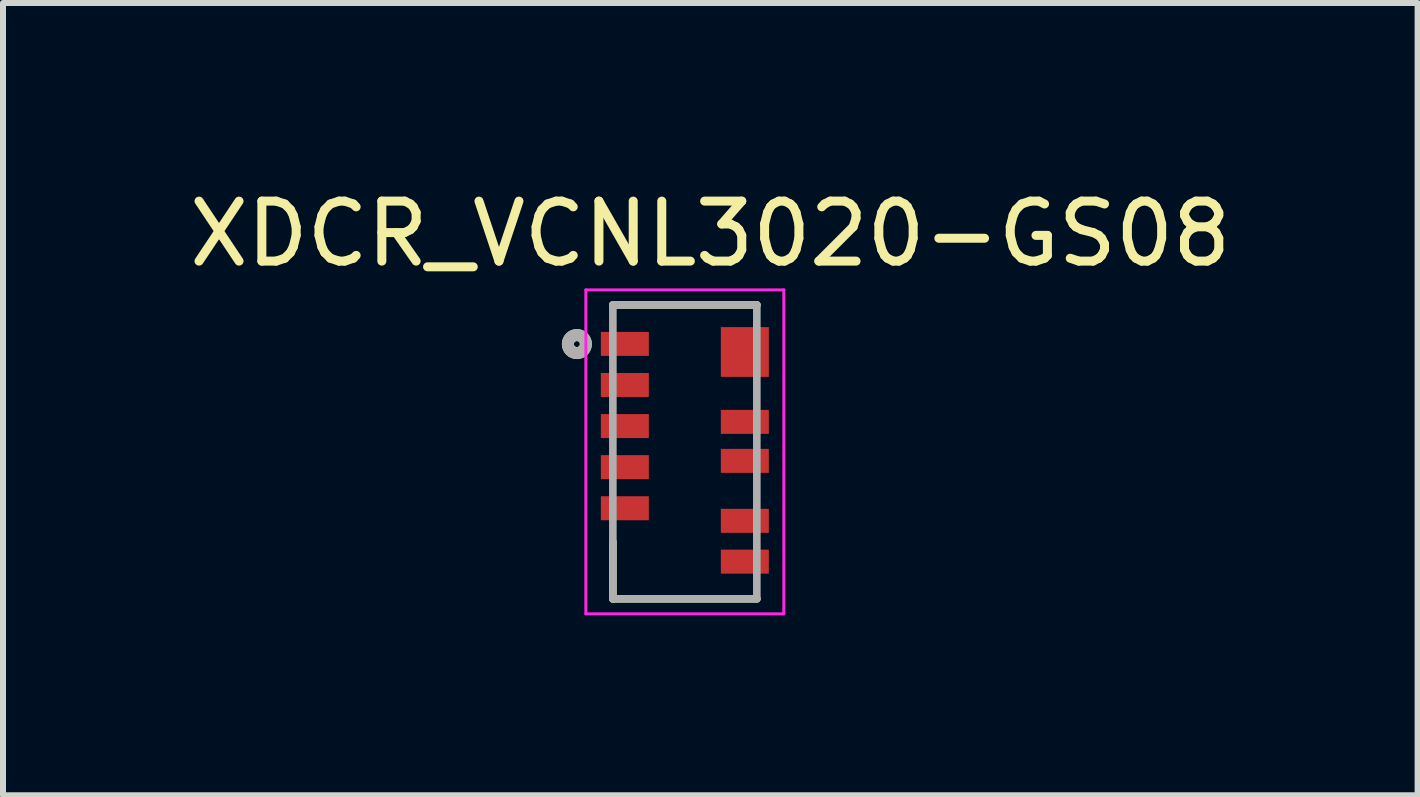
<source format=kicad_pcb>
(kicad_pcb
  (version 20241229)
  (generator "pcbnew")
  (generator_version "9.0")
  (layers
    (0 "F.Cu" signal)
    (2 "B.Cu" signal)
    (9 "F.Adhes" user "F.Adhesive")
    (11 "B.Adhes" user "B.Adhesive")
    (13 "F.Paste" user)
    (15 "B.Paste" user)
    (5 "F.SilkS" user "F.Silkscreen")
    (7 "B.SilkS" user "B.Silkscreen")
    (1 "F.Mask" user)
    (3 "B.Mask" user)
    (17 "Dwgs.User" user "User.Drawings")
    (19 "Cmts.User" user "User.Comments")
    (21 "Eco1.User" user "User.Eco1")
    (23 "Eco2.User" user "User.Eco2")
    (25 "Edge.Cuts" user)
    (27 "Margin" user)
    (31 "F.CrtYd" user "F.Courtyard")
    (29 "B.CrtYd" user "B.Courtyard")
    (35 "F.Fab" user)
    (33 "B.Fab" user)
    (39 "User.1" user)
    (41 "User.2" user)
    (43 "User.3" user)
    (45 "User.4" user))
  (footprint "XDCR_VCNL3020-GS08"
    (layer "F.Cu")
    (at 8.367 4.483)
    (property "Reference" "XDCR_VCNL3020-GS08" (at 0.425 -3.635 0) (layer "F.SilkS") (effects (font (size 1 1) (thickness 0.15))))
    (attr through_hole)
    (fp_line (start -1.2 -2.45) (end 1.2 -2.45) (stroke (width 0.127) (type solid)) (layer "F.SilkS"))
    (fp_line (start -1.2 1.5) (end -1.2 2.45) (stroke (width 0.127) (type solid)) (layer "F.SilkS"))
    (fp_line (start 1.2 2.45) (end -1.2 2.45) (stroke (width 0.127) (type solid)) (layer "F.SilkS"))
    (fp_circle (center -1.8 -1.797) (end -1.75 -1.797) (stroke (width 0.2) (type solid)) (fill no) (layer "F.SilkS"))
    (fp_line (start -1.65 -2.7) (end 1.65 -2.7) (stroke (width 0.05) (type solid)) (layer "F.CrtYd"))
    (fp_line (start -1.65 2.7) (end -1.65 -2.7) (stroke (width 0.05) (type solid)) (layer "F.CrtYd"))
    (fp_line (start 1.65 -2.7) (end 1.65 2.7) (stroke (width 0.05) (type solid)) (layer "F.CrtYd"))
    (fp_line (start 1.65 2.7) (end -1.65 2.7) (stroke (width 0.05) (type solid)) (layer "F.CrtYd"))
    (fp_line (start -1.2 -2.45) (end 1.2 -2.45) (stroke (width 0.127) (type solid)) (layer "F.Fab"))
    (fp_line (start -1.2 2.45) (end -1.2 -2.45) (stroke (width 0.127) (type solid)) (layer "F.Fab"))
    (fp_line (start 1.2 -2.45) (end 1.2 2.45) (stroke (width 0.127) (type solid)) (layer "F.Fab"))
    (fp_line (start 1.2 2.45) (end -1.2 2.45) (stroke (width 0.127) (type solid)) (layer "F.Fab"))
    (fp_circle (center -1.8 -1.797) (end -1.75 -1.797) (stroke (width 0.2) (type solid)) (fill no) (layer "F.Fab"))
    (pad "1" smd rect (at -1 -1.8 90) (size 0.4 0.8) (layers "F.Cu" "F.Mask" "F.Paste"))
    (pad "2" smd rect (at -1 -1.115 270) (size 0.4 0.8) (layers "F.Cu" "F.Mask" "F.Paste"))
    (pad "3" smd rect (at -1 -0.43 270) (size 0.4 0.8) (layers "F.Cu" "F.Mask" "F.Paste"))
    (pad "4" smd rect (at -1 0.255 270) (size 0.4 0.8) (layers "F.Cu" "F.Mask" "F.Paste"))
    (pad "5" smd rect (at -1 0.94 270) (size 0.4 0.8) (layers "F.Cu" "F.Mask" "F.Paste"))
    (pad "6" smd rect (at 1 1.83 90) (size 0.4 0.8) (layers "F.Cu" "F.Mask" "F.Paste"))
    (pad "7" smd rect (at 1 1.15 90) (size 0.4 0.8) (layers "F.Cu" "F.Mask" "F.Paste"))
    (pad "8" smd rect (at 1 0.15 90) (size 0.4 0.8) (layers "F.Cu" "F.Mask" "F.Paste"))
    (pad "9" smd rect (at 1 -0.5 90) (size 0.4 0.8) (layers "F.Cu" "F.Mask" "F.Paste"))
    (pad "10" smd rect (at 1 -1.665 90) (size 0.83 0.8) (layers "F.Cu" "F.Mask" "F.Paste")))
  (gr_rect
    (start -3 -3)
    (end 20.583 10.208)
    (stroke (width 0.1) (type default))
    (fill no)
    (layer "Edge.Cuts")))
</source>
